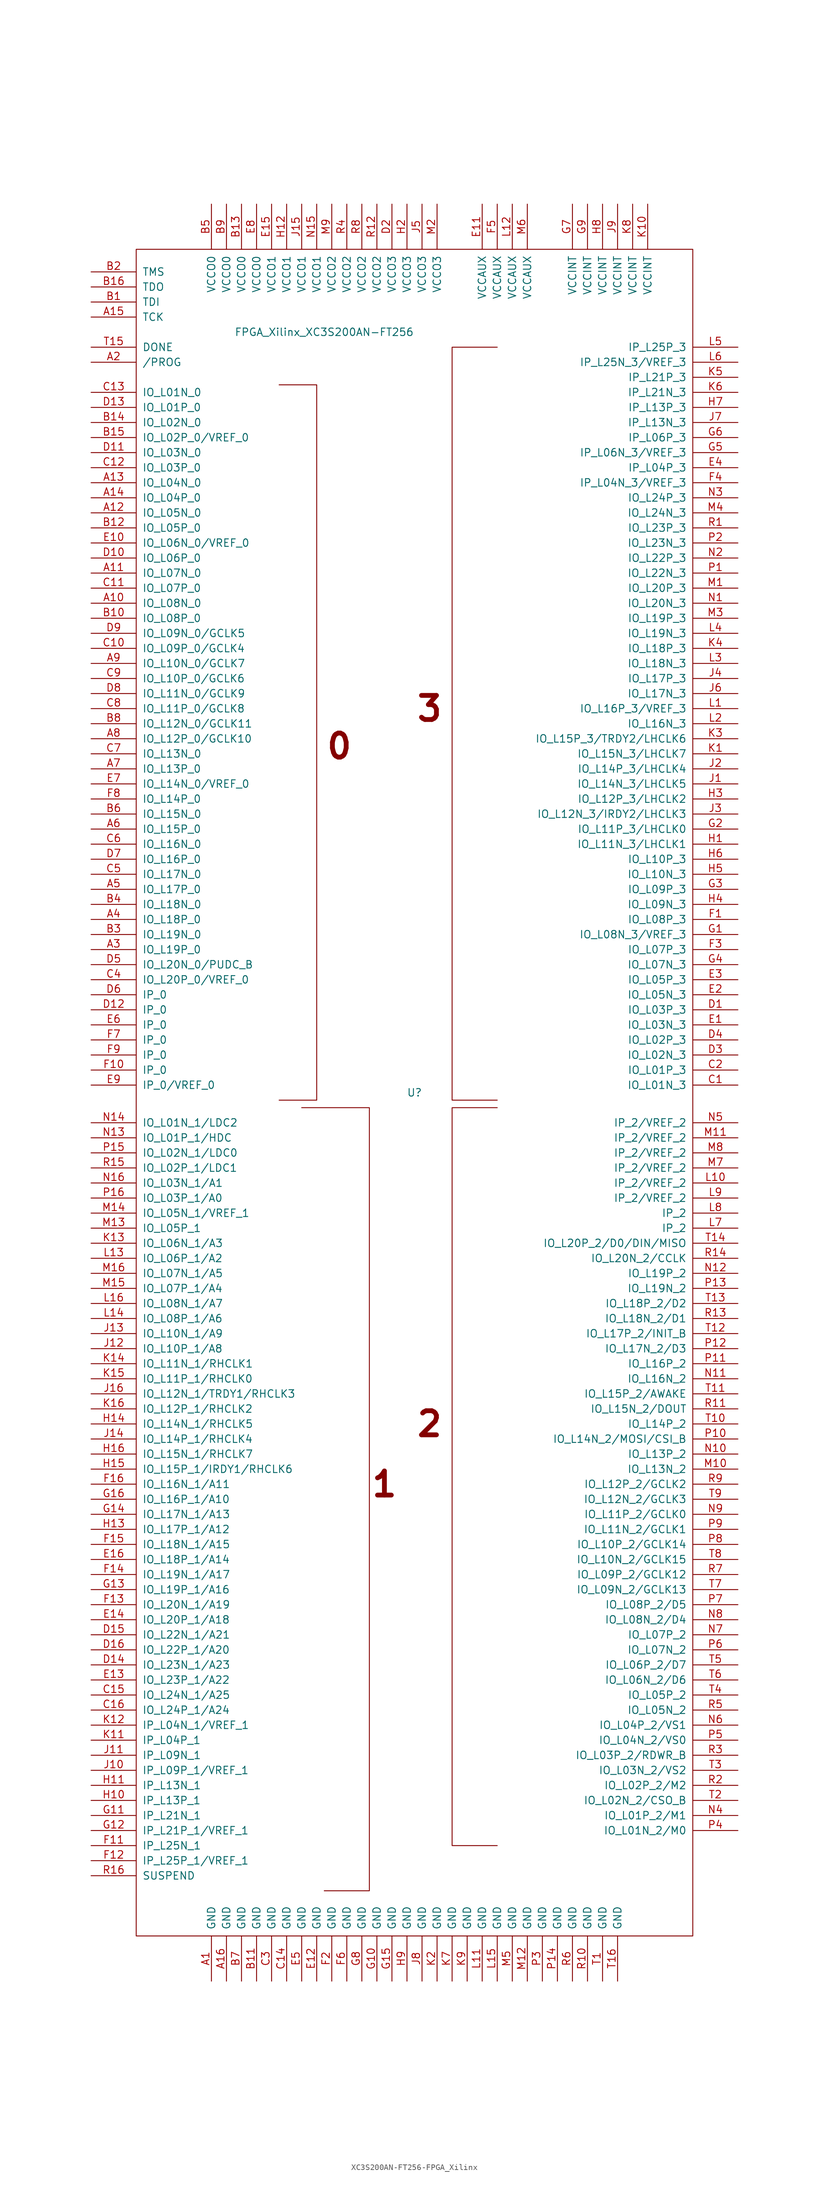
<source format=kicad_sym>
(kicad_symbol_lib
  (version 20220914)
  (generator kicad_symbol_editor)
  (symbol "XC3S200AN-FT256-FPGA_Xilinx"
    (pin_names
      (offset 1.016))
    (property "Reference" "U"
      (at 0 0 0)
      (effects (font (size 1.27 1.27))))
    (property "Value" "FPGA_Xilinx_XC3S200AN-FT256"
      (at -15.24 128.27 0)
      (effects (font (size 1.27 1.27))))
    (symbol "XC3S200AN-FT256-FPGA_Xilinx_0_0"
      (text "0" (at -12.7 58.42 0) (effects (font (size 4.064 4.064) bold)))
      (text "1" (at -5.08 -66.04 0) (effects (font (size 4.064 4.064) bold)))
      (text "2" (at 2.54 -55.88 0) (effects (font (size 4.064 4.064) bold)))
      (text "3" (at 2.54 64.77 0) (effects (font (size 4.064 4.064) bold))))
    (symbol "XC3S200AN-FT256-FPGA_Xilinx_0_1"
      (rectangle (start -46.99 142.24) (end 46.99 -142.24) (stroke (width 0) (type solid)) (fill (type none)))
      (polyline (pts (xy -22.86 119.38) (xy -16.51 119.38) (xy -16.51 -1.27) (xy -22.86 -1.27) (xy -22.86 -1.27)) (stroke (width 0) (type solid)) (fill (type none)))
      (polyline (pts (xy -19.05 -2.54) (xy -7.62 -2.54) (xy -7.62 -134.62) (xy -15.24 -134.62) (xy -15.24 -134.62)) (stroke (width 0) (type solid)) (fill (type none)))
      (polyline (pts (xy 13.97 -2.54) (xy 6.35 -2.54) (xy 6.35 -127) (xy 13.97 -127) (xy 13.97 -127)) (stroke (width 0) (type solid)) (fill (type none)))
      (polyline (pts (xy 13.97 125.73) (xy 6.35 125.73) (xy 6.35 -1.27) (xy 13.97 -1.27) (xy 13.97 -1.27)) (stroke (width 0) (type solid)) (fill (type none))))
    (symbol "XC3S200AN-FT256-FPGA_Xilinx_1_1"
      (pin power_in line (at -34.29 -149.86 90) (length 7.62) (name "GND" (effects (font (size 1.27 1.27)))) (number "A1" (effects (font (size 1.27 1.27)))))
      (pin bidirectional line (at -54.61 82.55 0) (length 7.62) (name "IO_L08N_0" (effects (font (size 1.27 1.27)))) (number "A10" (effects (font (size 1.27 1.27)))))
      (pin bidirectional line (at -54.61 87.63 0) (length 7.62) (name "IO_L07N_0" (effects (font (size 1.27 1.27)))) (number "A11" (effects (font (size 1.27 1.27)))))
      (pin bidirectional line (at -54.61 97.79 0) (length 7.62) (name "IO_L05N_0" (effects (font (size 1.27 1.27)))) (number "A12" (effects (font (size 1.27 1.27)))))
      (pin bidirectional line (at -54.61 102.87 0) (length 7.62) (name "IO_L04N_0" (effects (font (size 1.27 1.27)))) (number "A13" (effects (font (size 1.27 1.27)))))
      (pin bidirectional line (at -54.61 100.33 0) (length 7.62) (name "IO_L04P_0" (effects (font (size 1.27 1.27)))) (number "A14" (effects (font (size 1.27 1.27)))))
      (pin input line (at -54.61 130.81 0) (length 7.62) (name "TCK" (effects (font (size 1.27 1.27)))) (number "A15" (effects (font (size 1.27 1.27)))))
      (pin power_in line (at -31.75 -149.86 90) (length 7.62) (name "GND" (effects (font (size 1.27 1.27)))) (number "A16" (effects (font (size 1.27 1.27)))))
      (pin bidirectional line (at -54.61 123.19 0) (length 7.62) (name "/PROG" (effects (font (size 1.27 1.27)))) (number "A2" (effects (font (size 1.27 1.27)))))
      (pin bidirectional line (at -54.61 24.13 0) (length 7.62) (name "IO_L19P_0" (effects (font (size 1.27 1.27)))) (number "A3" (effects (font (size 1.27 1.27)))))
      (pin bidirectional line (at -54.61 29.21 0) (length 7.62) (name "IO_L18P_0" (effects (font (size 1.27 1.27)))) (number "A4" (effects (font (size 1.27 1.27)))))
      (pin bidirectional line (at -54.61 34.29 0) (length 7.62) (name "IO_L17P_0" (effects (font (size 1.27 1.27)))) (number "A5" (effects (font (size 1.27 1.27)))))
      (pin bidirectional line (at -54.61 44.45 0) (length 7.62) (name "IO_L15P_0" (effects (font (size 1.27 1.27)))) (number "A6" (effects (font (size 1.27 1.27)))))
      (pin bidirectional line (at -54.61 54.61 0) (length 7.62) (name "IO_L13P_0" (effects (font (size 1.27 1.27)))) (number "A7" (effects (font (size 1.27 1.27)))))
      (pin bidirectional line (at -54.61 59.69 0) (length 7.62) (name "IO_L12P_0/GCLK10" (effects (font (size 1.27 1.27)))) (number "A8" (effects (font (size 1.27 1.27)))))
      (pin bidirectional line (at -54.61 72.39 0) (length 7.62) (name "IO_L10N_0/GCLK7" (effects (font (size 1.27 1.27)))) (number "A9" (effects (font (size 1.27 1.27)))))
      (pin input line (at -54.61 133.35 0) (length 7.62) (name "TDI" (effects (font (size 1.27 1.27)))) (number "B1" (effects (font (size 1.27 1.27)))))
      (pin bidirectional line (at -54.61 80.01 0) (length 7.62) (name "IO_L08P_0" (effects (font (size 1.27 1.27)))) (number "B10" (effects (font (size 1.27 1.27)))))
      (pin power_in line (at -26.67 -149.86 90) (length 7.62) (name "GND" (effects (font (size 1.27 1.27)))) (number "B11" (effects (font (size 1.27 1.27)))))
      (pin bidirectional line (at -54.61 95.25 0) (length 7.62) (name "IO_L05P_0" (effects (font (size 1.27 1.27)))) (number "B12" (effects (font (size 1.27 1.27)))))
      (pin power_in line (at -29.21 149.86 270) (length 7.62) (name "VCCO0" (effects (font (size 1.27 1.27)))) (number "B13" (effects (font (size 1.27 1.27)))))
      (pin bidirectional line (at -54.61 113.03 0) (length 7.62) (name "IO_L02N_0" (effects (font (size 1.27 1.27)))) (number "B14" (effects (font (size 1.27 1.27)))))
      (pin bidirectional line (at -54.61 110.49 0) (length 7.62) (name "IO_L02P_0/VREF_0" (effects (font (size 1.27 1.27)))) (number "B15" (effects (font (size 1.27 1.27)))))
      (pin output line (at -54.61 135.89 0) (length 7.62) (name "TDO" (effects (font (size 1.27 1.27)))) (number "B16" (effects (font (size 1.27 1.27)))))
      (pin input line (at -54.61 138.43 0) (length 7.62) (name "TMS" (effects (font (size 1.27 1.27)))) (number "B2" (effects (font (size 1.27 1.27)))))
      (pin bidirectional line (at -54.61 26.67 0) (length 7.62) (name "IO_L19N_0" (effects (font (size 1.27 1.27)))) (number "B3" (effects (font (size 1.27 1.27)))))
      (pin bidirectional line (at -54.61 31.75 0) (length 7.62) (name "IO_L18N_0" (effects (font (size 1.27 1.27)))) (number "B4" (effects (font (size 1.27 1.27)))))
      (pin power_in line (at -34.29 149.86 270) (length 7.62) (name "VCCO0" (effects (font (size 1.27 1.27)))) (number "B5" (effects (font (size 1.27 1.27)))))
      (pin bidirectional line (at -54.61 46.99 0) (length 7.62) (name "IO_L15N_0" (effects (font (size 1.27 1.27)))) (number "B6" (effects (font (size 1.27 1.27)))))
      (pin power_in line (at -29.21 -149.86 90) (length 7.62) (name "GND" (effects (font (size 1.27 1.27)))) (number "B7" (effects (font (size 1.27 1.27)))))
      (pin bidirectional line (at -54.61 62.23 0) (length 7.62) (name "IO_L12N_0/GCLK11" (effects (font (size 1.27 1.27)))) (number "B8" (effects (font (size 1.27 1.27)))))
      (pin power_in line (at -31.75 149.86 270) (length 7.62) (name "VCCO0" (effects (font (size 1.27 1.27)))) (number "B9" (effects (font (size 1.27 1.27)))))
      (pin bidirectional line (at 54.61 1.27 180) (length 7.62) (name "IO_L01N_3" (effects (font (size 1.27 1.27)))) (number "C1" (effects (font (size 1.27 1.27)))))
      (pin bidirectional line (at -54.61 74.93 0) (length 7.62) (name "IO_L09P_0/GCLK4" (effects (font (size 1.27 1.27)))) (number "C10" (effects (font (size 1.27 1.27)))))
      (pin bidirectional line (at -54.61 85.09 0) (length 7.62) (name "IO_L07P_0" (effects (font (size 1.27 1.27)))) (number "C11" (effects (font (size 1.27 1.27)))))
      (pin bidirectional line (at -54.61 105.41 0) (length 7.62) (name "IO_L03P_0" (effects (font (size 1.27 1.27)))) (number "C12" (effects (font (size 1.27 1.27)))))
      (pin bidirectional line (at -54.61 118.11 0) (length 7.62) (name "IO_L01N_0" (effects (font (size 1.27 1.27)))) (number "C13" (effects (font (size 1.27 1.27)))))
      (pin power_in line (at -21.59 -149.86 90) (length 7.62) (name "GND" (effects (font (size 1.27 1.27)))) (number "C14" (effects (font (size 1.27 1.27)))))
      (pin bidirectional line (at -54.61 -101.6 0) (length 7.62) (name "IO_L24N_1/A25" (effects (font (size 1.27 1.27)))) (number "C15" (effects (font (size 1.27 1.27)))))
      (pin bidirectional line (at -54.61 -104.14 0) (length 7.62) (name "IO_L24P_1/A24" (effects (font (size 1.27 1.27)))) (number "C16" (effects (font (size 1.27 1.27)))))
      (pin bidirectional line (at 54.61 3.81 180) (length 7.62) (name "IO_L01P_3" (effects (font (size 1.27 1.27)))) (number "C2" (effects (font (size 1.27 1.27)))))
      (pin power_in line (at -24.13 -149.86 90) (length 7.62) (name "GND" (effects (font (size 1.27 1.27)))) (number "C3" (effects (font (size 1.27 1.27)))))
      (pin bidirectional line (at -54.61 19.05 0) (length 7.62) (name "IO_L20P_0/VREF_0" (effects (font (size 1.27 1.27)))) (number "C4" (effects (font (size 1.27 1.27)))))
      (pin bidirectional line (at -54.61 36.83 0) (length 7.62) (name "IO_L17N_0" (effects (font (size 1.27 1.27)))) (number "C5" (effects (font (size 1.27 1.27)))))
      (pin bidirectional line (at -54.61 41.91 0) (length 7.62) (name "IO_L16N_0" (effects (font (size 1.27 1.27)))) (number "C6" (effects (font (size 1.27 1.27)))))
      (pin bidirectional line (at -54.61 57.15 0) (length 7.62) (name "IO_L13N_0" (effects (font (size 1.27 1.27)))) (number "C7" (effects (font (size 1.27 1.27)))))
      (pin bidirectional line (at -54.61 64.77 0) (length 7.62) (name "IO_L11P_0/GCLK8" (effects (font (size 1.27 1.27)))) (number "C8" (effects (font (size 1.27 1.27)))))
      (pin bidirectional line (at -54.61 69.85 0) (length 7.62) (name "IO_L10P_0/GCLK6" (effects (font (size 1.27 1.27)))) (number "C9" (effects (font (size 1.27 1.27)))))
      (pin bidirectional line (at 54.61 13.97 180) (length 7.62) (name "IO_L03P_3" (effects (font (size 1.27 1.27)))) (number "D1" (effects (font (size 1.27 1.27)))))
      (pin bidirectional line (at -54.61 90.17 0) (length 7.62) (name "IO_L06P_0" (effects (font (size 1.27 1.27)))) (number "D10" (effects (font (size 1.27 1.27)))))
      (pin bidirectional line (at -54.61 107.95 0) (length 7.62) (name "IO_L03N_0" (effects (font (size 1.27 1.27)))) (number "D11" (effects (font (size 1.27 1.27)))))
      (pin input line (at -54.61 13.97 0) (length 7.62) (name "IP_0" (effects (font (size 1.27 1.27)))) (number "D12" (effects (font (size 1.27 1.27)))))
      (pin bidirectional line (at -54.61 115.57 0) (length 7.62) (name "IO_L01P_0" (effects (font (size 1.27 1.27)))) (number "D13" (effects (font (size 1.27 1.27)))))
      (pin bidirectional line (at -54.61 -96.52 0) (length 7.62) (name "IO_L23N_1/A23" (effects (font (size 1.27 1.27)))) (number "D14" (effects (font (size 1.27 1.27)))))
      (pin bidirectional line (at -54.61 -91.44 0) (length 7.62) (name "IO_L22N_1/A21" (effects (font (size 1.27 1.27)))) (number "D15" (effects (font (size 1.27 1.27)))))
      (pin bidirectional line (at -54.61 -93.98 0) (length 7.62) (name "IO_L22P_1/A20" (effects (font (size 1.27 1.27)))) (number "D16" (effects (font (size 1.27 1.27)))))
      (pin passive line (at -3.81 149.86 270) (length 7.62) (name "VCCO3" (effects (font (size 1.27 1.27)))) (number "D2" (effects (font (size 1.27 1.27)))))
      (pin bidirectional line (at 54.61 6.35 180) (length 7.62) (name "IO_L02N_3" (effects (font (size 1.27 1.27)))) (number "D3" (effects (font (size 1.27 1.27)))))
      (pin bidirectional line (at 54.61 8.89 180) (length 7.62) (name "IO_L02P_3" (effects (font (size 1.27 1.27)))) (number "D4" (effects (font (size 1.27 1.27)))))
      (pin bidirectional line (at -54.61 21.59 0) (length 7.62) (name "IO_L20N_0/PUDC_B" (effects (font (size 1.27 1.27)))) (number "D5" (effects (font (size 1.27 1.27)))))
      (pin input line (at -54.61 16.51 0) (length 7.62) (name "IP_0" (effects (font (size 1.27 1.27)))) (number "D6" (effects (font (size 1.27 1.27)))))
      (pin bidirectional line (at -54.61 39.37 0) (length 7.62) (name "IO_L16P_0" (effects (font (size 1.27 1.27)))) (number "D7" (effects (font (size 1.27 1.27)))))
      (pin bidirectional line (at -54.61 67.31 0) (length 7.62) (name "IO_L11N_0/GCLK9" (effects (font (size 1.27 1.27)))) (number "D8" (effects (font (size 1.27 1.27)))))
      (pin bidirectional line (at -54.61 77.47 0) (length 7.62) (name "IO_L09N_0/GCLK5" (effects (font (size 1.27 1.27)))) (number "D9" (effects (font (size 1.27 1.27)))))
      (pin bidirectional line (at 54.61 11.43 180) (length 7.62) (name "IO_L03N_3" (effects (font (size 1.27 1.27)))) (number "E1" (effects (font (size 1.27 1.27)))))
      (pin bidirectional line (at -54.61 92.71 0) (length 7.62) (name "IO_L06N_0/VREF_0" (effects (font (size 1.27 1.27)))) (number "E10" (effects (font (size 1.27 1.27)))))
      (pin power_in line (at 11.43 149.86 270) (length 7.62) (name "VCCAUX" (effects (font (size 1.27 1.27)))) (number "E11" (effects (font (size 1.27 1.27)))))
      (pin power_in line (at -16.51 -149.86 90) (length 7.62) (name "GND" (effects (font (size 1.27 1.27)))) (number "E12" (effects (font (size 1.27 1.27)))))
      (pin bidirectional line (at -54.61 -99.06 0) (length 7.62) (name "IO_L23P_1/A22" (effects (font (size 1.27 1.27)))) (number "E13" (effects (font (size 1.27 1.27)))))
      (pin bidirectional line (at -54.61 -88.9 0) (length 7.62) (name "IO_L20P_1/A18" (effects (font (size 1.27 1.27)))) (number "E14" (effects (font (size 1.27 1.27)))))
      (pin power_in line (at -24.13 149.86 270) (length 7.62) (name "VCCO1" (effects (font (size 1.27 1.27)))) (number "E15" (effects (font (size 1.27 1.27)))))
      (pin bidirectional line (at -54.61 -78.74 0) (length 7.62) (name "IO_L18P_1/A14" (effects (font (size 1.27 1.27)))) (number "E16" (effects (font (size 1.27 1.27)))))
      (pin bidirectional line (at 54.61 16.51 180) (length 7.62) (name "IO_L05N_3" (effects (font (size 1.27 1.27)))) (number "E2" (effects (font (size 1.27 1.27)))))
      (pin bidirectional line (at 54.61 19.05 180) (length 7.62) (name "IO_L05P_3" (effects (font (size 1.27 1.27)))) (number "E3" (effects (font (size 1.27 1.27)))))
      (pin input line (at 54.61 105.41 180) (length 7.62) (name "IP_L04P_3" (effects (font (size 1.27 1.27)))) (number "E4" (effects (font (size 1.27 1.27)))))
      (pin power_in line (at -19.05 -149.86 90) (length 7.62) (name "GND" (effects (font (size 1.27 1.27)))) (number "E5" (effects (font (size 1.27 1.27)))))
      (pin input line (at -54.61 11.43 0) (length 7.62) (name "IP_0" (effects (font (size 1.27 1.27)))) (number "E6" (effects (font (size 1.27 1.27)))))
      (pin bidirectional line (at -54.61 52.07 0) (length 7.62) (name "IO_L14N_0/VREF_0" (effects (font (size 1.27 1.27)))) (number "E7" (effects (font (size 1.27 1.27)))))
      (pin power_in line (at -26.67 149.86 270) (length 7.62) (name "VCCO0" (effects (font (size 1.27 1.27)))) (number "E8" (effects (font (size 1.27 1.27)))))
      (pin input line (at -54.61 1.27 0) (length 7.62) (name "IP_0/VREF_0" (effects (font (size 1.27 1.27)))) (number "E9" (effects (font (size 1.27 1.27)))))
      (pin bidirectional line (at 54.61 29.21 180) (length 7.62) (name "IO_L08P_3" (effects (font (size 1.27 1.27)))) (number "F1" (effects (font (size 1.27 1.27)))))
      (pin input line (at -54.61 3.81 0) (length 7.62) (name "IP_0" (effects (font (size 1.27 1.27)))) (number "F10" (effects (font (size 1.27 1.27)))))
      (pin input line (at -54.61 -127 0) (length 7.62) (name "IP_L25N_1" (effects (font (size 1.27 1.27)))) (number "F11" (effects (font (size 1.27 1.27)))))
      (pin input line (at -54.61 -129.54 0) (length 7.62) (name "IP_L25P_1/VREF_1" (effects (font (size 1.27 1.27)))) (number "F12" (effects (font (size 1.27 1.27)))))
      (pin bidirectional line (at -54.61 -86.36 0) (length 7.62) (name "IO_L20N_1/A19" (effects (font (size 1.27 1.27)))) (number "F13" (effects (font (size 1.27 1.27)))))
      (pin bidirectional line (at -54.61 -81.28 0) (length 7.62) (name "IO_L19N_1/A17" (effects (font (size 1.27 1.27)))) (number "F14" (effects (font (size 1.27 1.27)))))
      (pin bidirectional line (at -54.61 -76.2 0) (length 7.62) (name "IO_L18N_1/A15" (effects (font (size 1.27 1.27)))) (number "F15" (effects (font (size 1.27 1.27)))))
      (pin bidirectional line (at -54.61 -66.04 0) (length 7.62) (name "IO_L16N_1/A11" (effects (font (size 1.27 1.27)))) (number "F16" (effects (font (size 1.27 1.27)))))
      (pin power_in line (at -13.97 -149.86 90) (length 7.62) (name "GND" (effects (font (size 1.27 1.27)))) (number "F2" (effects (font (size 1.27 1.27)))))
      (pin bidirectional line (at 54.61 24.13 180) (length 7.62) (name "IO_L07P_3" (effects (font (size 1.27 1.27)))) (number "F3" (effects (font (size 1.27 1.27)))))
      (pin input line (at 54.61 102.87 180) (length 7.62) (name "IP_L04N_3/VREF_3" (effects (font (size 1.27 1.27)))) (number "F4" (effects (font (size 1.27 1.27)))))
      (pin power_in line (at 13.97 149.86 270) (length 7.62) (name "VCCAUX" (effects (font (size 1.27 1.27)))) (number "F5" (effects (font (size 1.27 1.27)))))
      (pin power_in line (at -11.43 -149.86 90) (length 7.62) (name "GND" (effects (font (size 1.27 1.27)))) (number "F6" (effects (font (size 1.27 1.27)))))
      (pin input line (at -54.61 8.89 0) (length 7.62) (name "IP_0" (effects (font (size 1.27 1.27)))) (number "F7" (effects (font (size 1.27 1.27)))))
      (pin bidirectional line (at -54.61 49.53 0) (length 7.62) (name "IO_L14P_0" (effects (font (size 1.27 1.27)))) (number "F8" (effects (font (size 1.27 1.27)))))
      (pin input line (at -54.61 6.35 0) (length 7.62) (name "IP_0" (effects (font (size 1.27 1.27)))) (number "F9" (effects (font (size 1.27 1.27)))))
      (pin bidirectional line (at 54.61 26.67 180) (length 7.62) (name "IO_L08N_3/VREF_3" (effects (font (size 1.27 1.27)))) (number "G1" (effects (font (size 1.27 1.27)))))
      (pin power_in line (at -6.35 -149.86 90) (length 7.62) (name "GND" (effects (font (size 1.27 1.27)))) (number "G10" (effects (font (size 1.27 1.27)))))
      (pin input line (at -54.61 -121.92 0) (length 7.62) (name "IP_L21N_1" (effects (font (size 1.27 1.27)))) (number "G11" (effects (font (size 1.27 1.27)))))
      (pin input line (at -54.61 -124.46 0) (length 7.62) (name "IP_L21P_1/VREF_1" (effects (font (size 1.27 1.27)))) (number "G12" (effects (font (size 1.27 1.27)))))
      (pin bidirectional line (at -54.61 -83.82 0) (length 7.62) (name "IO_L19P_1/A16" (effects (font (size 1.27 1.27)))) (number "G13" (effects (font (size 1.27 1.27)))))
      (pin bidirectional line (at -54.61 -71.12 0) (length 7.62) (name "IO_L17N_1/A13" (effects (font (size 1.27 1.27)))) (number "G14" (effects (font (size 1.27 1.27)))))
      (pin power_in line (at -3.81 -149.86 90) (length 7.62) (name "GND" (effects (font (size 1.27 1.27)))) (number "G15" (effects (font (size 1.27 1.27)))))
      (pin bidirectional line (at -54.61 -68.58 0) (length 7.62) (name "IO_L16P_1/A10" (effects (font (size 1.27 1.27)))) (number "G16" (effects (font (size 1.27 1.27)))))
      (pin bidirectional line (at 54.61 44.45 180) (length 7.62) (name "IO_L11P_3/LHCLK0" (effects (font (size 1.27 1.27)))) (number "G2" (effects (font (size 1.27 1.27)))))
      (pin bidirectional line (at 54.61 34.29 180) (length 7.62) (name "IO_L09P_3" (effects (font (size 1.27 1.27)))) (number "G3" (effects (font (size 1.27 1.27)))))
      (pin bidirectional line (at 54.61 21.59 180) (length 7.62) (name "IO_L07N_3" (effects (font (size 1.27 1.27)))) (number "G4" (effects (font (size 1.27 1.27)))))
      (pin input line (at 54.61 107.95 180) (length 7.62) (name "IP_L06N_3/VREF_3" (effects (font (size 1.27 1.27)))) (number "G5" (effects (font (size 1.27 1.27)))))
      (pin input line (at 54.61 110.49 180) (length 7.62) (name "IP_L06P_3" (effects (font (size 1.27 1.27)))) (number "G6" (effects (font (size 1.27 1.27)))))
      (pin power_in line (at 26.67 149.86 270) (length 7.62) (name "VCCINT" (effects (font (size 1.27 1.27)))) (number "G7" (effects (font (size 1.27 1.27)))))
      (pin power_in line (at -8.89 -149.86 90) (length 7.62) (name "GND" (effects (font (size 1.27 1.27)))) (number "G8" (effects (font (size 1.27 1.27)))))
      (pin power_in line (at 29.21 149.86 270) (length 7.62) (name "VCCINT" (effects (font (size 1.27 1.27)))) (number "G9" (effects (font (size 1.27 1.27)))))
      (pin bidirectional line (at 54.61 41.91 180) (length 7.62) (name "IO_L11N_3/LHCLK1" (effects (font (size 1.27 1.27)))) (number "H1" (effects (font (size 1.27 1.27)))))
      (pin input line (at -54.61 -119.38 0) (length 7.62) (name "IP_L13P_1" (effects (font (size 1.27 1.27)))) (number "H10" (effects (font (size 1.27 1.27)))))
      (pin input line (at -54.61 -116.84 0) (length 7.62) (name "IP_L13N_1" (effects (font (size 1.27 1.27)))) (number "H11" (effects (font (size 1.27 1.27)))))
      (pin power_in line (at -21.59 149.86 270) (length 7.62) (name "VCCO1" (effects (font (size 1.27 1.27)))) (number "H12" (effects (font (size 1.27 1.27)))))
      (pin bidirectional line (at -54.61 -73.66 0) (length 7.62) (name "IO_L17P_1/A12" (effects (font (size 1.27 1.27)))) (number "H13" (effects (font (size 1.27 1.27)))))
      (pin bidirectional line (at -54.61 -55.88 0) (length 7.62) (name "IO_L14N_1/RHCLK5" (effects (font (size 1.27 1.27)))) (number "H14" (effects (font (size 1.27 1.27)))))
      (pin bidirectional line (at -54.61 -63.5 0) (length 7.62) (name "IO_L15P_1/IRDY1/RHCLK6" (effects (font (size 1.27 1.27)))) (number "H15" (effects (font (size 1.27 1.27)))))
      (pin bidirectional line (at -54.61 -60.96 0) (length 7.62) (name "IO_L15N_1/RHCLK7" (effects (font (size 1.27 1.27)))) (number "H16" (effects (font (size 1.27 1.27)))))
      (pin power_in line (at -1.27 149.86 270) (length 7.62) (name "VCCO3" (effects (font (size 1.27 1.27)))) (number "H2" (effects (font (size 1.27 1.27)))))
      (pin bidirectional line (at 54.61 49.53 180) (length 7.62) (name "IO_L12P_3/LHCLK2" (effects (font (size 1.27 1.27)))) (number "H3" (effects (font (size 1.27 1.27)))))
      (pin bidirectional line (at 54.61 31.75 180) (length 7.62) (name "IO_L09N_3" (effects (font (size 1.27 1.27)))) (number "H4" (effects (font (size 1.27 1.27)))))
      (pin bidirectional line (at 54.61 36.83 180) (length 7.62) (name "IO_L10N_3" (effects (font (size 1.27 1.27)))) (number "H5" (effects (font (size 1.27 1.27)))))
      (pin bidirectional line (at 54.61 39.37 180) (length 7.62) (name "IO_L10P_3" (effects (font (size 1.27 1.27)))) (number "H6" (effects (font (size 1.27 1.27)))))
      (pin input line (at 54.61 115.57 180) (length 7.62) (name "IP_L13P_3" (effects (font (size 1.27 1.27)))) (number "H7" (effects (font (size 1.27 1.27)))))
      (pin power_in line (at 31.75 149.86 270) (length 7.62) (name "VCCINT" (effects (font (size 1.27 1.27)))) (number "H8" (effects (font (size 1.27 1.27)))))
      (pin power_in line (at -1.27 -149.86 90) (length 7.62) (name "GND" (effects (font (size 1.27 1.27)))) (number "H9" (effects (font (size 1.27 1.27)))))
      (pin bidirectional line (at 54.61 52.07 180) (length 7.62) (name "IO_L14N_3/LHCLK5" (effects (font (size 1.27 1.27)))) (number "J1" (effects (font (size 1.27 1.27)))))
      (pin input line (at -54.61 -114.3 0) (length 7.62) (name "IP_L09P_1/VREF_1" (effects (font (size 1.27 1.27)))) (number "J10" (effects (font (size 1.27 1.27)))))
      (pin input line (at -54.61 -111.76 0) (length 7.62) (name "IP_L09N_1" (effects (font (size 1.27 1.27)))) (number "J11" (effects (font (size 1.27 1.27)))))
      (pin bidirectional line (at -54.61 -43.18 0) (length 7.62) (name "IO_L10P_1/A8" (effects (font (size 1.27 1.27)))) (number "J12" (effects (font (size 1.27 1.27)))))
      (pin bidirectional line (at -54.61 -40.64 0) (length 7.62) (name "IO_L10N_1/A9" (effects (font (size 1.27 1.27)))) (number "J13" (effects (font (size 1.27 1.27)))))
      (pin bidirectional line (at -54.61 -58.42 0) (length 7.62) (name "IO_L14P_1/RHCLK4" (effects (font (size 1.27 1.27)))) (number "J14" (effects (font (size 1.27 1.27)))))
      (pin power_in line (at -19.05 149.86 270) (length 7.62) (name "VCCO1" (effects (font (size 1.27 1.27)))) (number "J15" (effects (font (size 1.27 1.27)))))
      (pin bidirectional line (at -54.61 -50.8 0) (length 7.62) (name "IO_L12N_1/TRDY1/RHCLK3" (effects (font (size 1.27 1.27)))) (number "J16" (effects (font (size 1.27 1.27)))))
      (pin bidirectional line (at 54.61 54.61 180) (length 7.62) (name "IO_L14P_3/LHCLK4" (effects (font (size 1.27 1.27)))) (number "J2" (effects (font (size 1.27 1.27)))))
      (pin bidirectional line (at 54.61 46.99 180) (length 7.62) (name "IO_L12N_3/IRDY2/LHCLK3" (effects (font (size 1.27 1.27)))) (number "J3" (effects (font (size 1.27 1.27)))))
      (pin bidirectional line (at 54.61 69.85 180) (length 7.62) (name "IO_L17P_3" (effects (font (size 1.27 1.27)))) (number "J4" (effects (font (size 1.27 1.27)))))
      (pin power_in line (at 1.27 149.86 270) (length 7.62) (name "VCCO3" (effects (font (size 1.27 1.27)))) (number "J5" (effects (font (size 1.27 1.27)))))
      (pin bidirectional line (at 54.61 67.31 180) (length 7.62) (name "IO_L17N_3" (effects (font (size 1.27 1.27)))) (number "J6" (effects (font (size 1.27 1.27)))))
      (pin input line (at 54.61 113.03 180) (length 7.62) (name "IP_L13N_3" (effects (font (size 1.27 1.27)))) (number "J7" (effects (font (size 1.27 1.27)))))
      (pin power_in line (at 1.27 -149.86 90) (length 7.62) (name "GND" (effects (font (size 1.27 1.27)))) (number "J8" (effects (font (size 1.27 1.27)))))
      (pin power_in line (at 34.29 149.86 270) (length 7.62) (name "VCCINT" (effects (font (size 1.27 1.27)))) (number "J9" (effects (font (size 1.27 1.27)))))
      (pin bidirectional line (at 54.61 57.15 180) (length 7.62) (name "IO_L15N_3/LHCLK7" (effects (font (size 1.27 1.27)))) (number "K1" (effects (font (size 1.27 1.27)))))
      (pin power_in line (at 39.37 149.86 270) (length 7.62) (name "VCCINT" (effects (font (size 1.27 1.27)))) (number "K10" (effects (font (size 1.27 1.27)))))
      (pin input line (at -54.61 -109.22 0) (length 7.62) (name "IP_L04P_1" (effects (font (size 1.27 1.27)))) (number "K11" (effects (font (size 1.27 1.27)))))
      (pin input line (at -54.61 -106.68 0) (length 7.62) (name "IP_L04N_1/VREF_1" (effects (font (size 1.27 1.27)))) (number "K12" (effects (font (size 1.27 1.27)))))
      (pin bidirectional line (at -54.61 -25.4 0) (length 7.62) (name "IO_L06N_1/A3" (effects (font (size 1.27 1.27)))) (number "K13" (effects (font (size 1.27 1.27)))))
      (pin bidirectional line (at -54.61 -45.72 0) (length 7.62) (name "IO_L11N_1/RHCLK1" (effects (font (size 1.27 1.27)))) (number "K14" (effects (font (size 1.27 1.27)))))
      (pin bidirectional line (at -54.61 -48.26 0) (length 7.62) (name "IO_L11P_1/RHCLK0" (effects (font (size 1.27 1.27)))) (number "K15" (effects (font (size 1.27 1.27)))))
      (pin bidirectional line (at -54.61 -53.34 0) (length 7.62) (name "IO_L12P_1/RHCLK2" (effects (font (size 1.27 1.27)))) (number "K16" (effects (font (size 1.27 1.27)))))
      (pin power_in line (at 3.81 -149.86 90) (length 7.62) (name "GND" (effects (font (size 1.27 1.27)))) (number "K2" (effects (font (size 1.27 1.27)))))
      (pin bidirectional line (at 54.61 59.69 180) (length 7.62) (name "IO_L15P_3/TRDY2/LHCLK6" (effects (font (size 1.27 1.27)))) (number "K3" (effects (font (size 1.27 1.27)))))
      (pin bidirectional line (at 54.61 74.93 180) (length 7.62) (name "IO_L18P_3" (effects (font (size 1.27 1.27)))) (number "K4" (effects (font (size 1.27 1.27)))))
      (pin input line (at 54.61 120.65 180) (length 7.62) (name "IP_L21P_3" (effects (font (size 1.27 1.27)))) (number "K5" (effects (font (size 1.27 1.27)))))
      (pin input line (at 54.61 118.11 180) (length 7.62) (name "IP_L21N_3" (effects (font (size 1.27 1.27)))) (number "K6" (effects (font (size 1.27 1.27)))))
      (pin power_in line (at 6.35 -149.86 90) (length 7.62) (name "GND" (effects (font (size 1.27 1.27)))) (number "K7" (effects (font (size 1.27 1.27)))))
      (pin power_in line (at 36.83 149.86 270) (length 7.62) (name "VCCINT" (effects (font (size 1.27 1.27)))) (number "K8" (effects (font (size 1.27 1.27)))))
      (pin power_in line (at 8.89 -149.86 90) (length 7.62) (name "GND" (effects (font (size 1.27 1.27)))) (number "K9" (effects (font (size 1.27 1.27)))))
      (pin bidirectional line (at 54.61 64.77 180) (length 7.62) (name "IO_L16P_3/VREF_3" (effects (font (size 1.27 1.27)))) (number "L1" (effects (font (size 1.27 1.27)))))
      (pin input line (at 54.61 -15.24 180) (length 7.62) (name "IP_2/VREF_2" (effects (font (size 1.27 1.27)))) (number "L10" (effects (font (size 1.27 1.27)))))
      (pin power_in line (at 11.43 -149.86 90) (length 7.62) (name "GND" (effects (font (size 1.27 1.27)))) (number "L11" (effects (font (size 1.27 1.27)))))
      (pin power_in line (at 16.51 149.86 270) (length 7.62) (name "VCCAUX" (effects (font (size 1.27 1.27)))) (number "L12" (effects (font (size 1.27 1.27)))))
      (pin bidirectional line (at -54.61 -27.94 0) (length 7.62) (name "IO_L06P_1/A2" (effects (font (size 1.27 1.27)))) (number "L13" (effects (font (size 1.27 1.27)))))
      (pin bidirectional line (at -54.61 -38.1 0) (length 7.62) (name "IO_L08P_1/A6" (effects (font (size 1.27 1.27)))) (number "L14" (effects (font (size 1.27 1.27)))))
      (pin power_in line (at 13.97 -149.86 90) (length 7.62) (name "GND" (effects (font (size 1.27 1.27)))) (number "L15" (effects (font (size 1.27 1.27)))))
      (pin bidirectional line (at -54.61 -35.56 0) (length 7.62) (name "IO_L08N_1/A7" (effects (font (size 1.27 1.27)))) (number "L16" (effects (font (size 1.27 1.27)))))
      (pin bidirectional line (at 54.61 62.23 180) (length 7.62) (name "IO_L16N_3" (effects (font (size 1.27 1.27)))) (number "L2" (effects (font (size 1.27 1.27)))))
      (pin bidirectional line (at 54.61 72.39 180) (length 7.62) (name "IO_L18N_3" (effects (font (size 1.27 1.27)))) (number "L3" (effects (font (size 1.27 1.27)))))
      (pin bidirectional line (at 54.61 77.47 180) (length 7.62) (name "IO_L19N_3" (effects (font (size 1.27 1.27)))) (number "L4" (effects (font (size 1.27 1.27)))))
      (pin input line (at 54.61 125.73 180) (length 7.62) (name "IP_L25P_3" (effects (font (size 1.27 1.27)))) (number "L5" (effects (font (size 1.27 1.27)))))
      (pin input line (at 54.61 123.19 180) (length 7.62) (name "IP_L25N_3/VREF_3" (effects (font (size 1.27 1.27)))) (number "L6" (effects (font (size 1.27 1.27)))))
      (pin input line (at 54.61 -22.86 180) (length 7.62) (name "IP_2" (effects (font (size 1.27 1.27)))) (number "L7" (effects (font (size 1.27 1.27)))))
      (pin input line (at 54.61 -20.32 180) (length 7.62) (name "IP_2" (effects (font (size 1.27 1.27)))) (number "L8" (effects (font (size 1.27 1.27)))))
      (pin input line (at 54.61 -17.78 180) (length 7.62) (name "IP_2/VREF_2" (effects (font (size 1.27 1.27)))) (number "L9" (effects (font (size 1.27 1.27)))))
      (pin bidirectional line (at 54.61 85.09 180) (length 7.62) (name "IO_L20P_3" (effects (font (size 1.27 1.27)))) (number "M1" (effects (font (size 1.27 1.27)))))
      (pin bidirectional line (at 54.61 -63.5 180) (length 7.62) (name "IO_L13N_2" (effects (font (size 1.27 1.27)))) (number "M10" (effects (font (size 1.27 1.27)))))
      (pin input line (at 54.61 -7.62 180) (length 7.62) (name "IP_2/VREF_2" (effects (font (size 1.27 1.27)))) (number "M11" (effects (font (size 1.27 1.27)))))
      (pin power_in line (at 19.05 -149.86 90) (length 7.62) (name "GND" (effects (font (size 1.27 1.27)))) (number "M12" (effects (font (size 1.27 1.27)))))
      (pin bidirectional line (at -54.61 -22.86 0) (length 7.62) (name "IO_L05P_1" (effects (font (size 1.27 1.27)))) (number "M13" (effects (font (size 1.27 1.27)))))
      (pin bidirectional line (at -54.61 -20.32 0) (length 7.62) (name "IO_L05N_1/VREF_1" (effects (font (size 1.27 1.27)))) (number "M14" (effects (font (size 1.27 1.27)))))
      (pin bidirectional line (at -54.61 -33.02 0) (length 7.62) (name "IO_L07P_1/A4" (effects (font (size 1.27 1.27)))) (number "M15" (effects (font (size 1.27 1.27)))))
      (pin bidirectional line (at -54.61 -30.48 0) (length 7.62) (name "IO_L07N_1/A5" (effects (font (size 1.27 1.27)))) (number "M16" (effects (font (size 1.27 1.27)))))
      (pin power_in line (at 3.81 149.86 270) (length 7.62) (name "VCCO3" (effects (font (size 1.27 1.27)))) (number "M2" (effects (font (size 1.27 1.27)))))
      (pin bidirectional line (at 54.61 80.01 180) (length 7.62) (name "IO_L19P_3" (effects (font (size 1.27 1.27)))) (number "M3" (effects (font (size 1.27 1.27)))))
      (pin bidirectional line (at 54.61 97.79 180) (length 7.62) (name "IO_L24N_3" (effects (font (size 1.27 1.27)))) (number "M4" (effects (font (size 1.27 1.27)))))
      (pin power_in line (at 16.51 -149.86 90) (length 7.62) (name "GND" (effects (font (size 1.27 1.27)))) (number "M5" (effects (font (size 1.27 1.27)))))
      (pin power_in line (at 19.05 149.86 270) (length 7.62) (name "VCCAUX" (effects (font (size 1.27 1.27)))) (number "M6" (effects (font (size 1.27 1.27)))))
      (pin input line (at 54.61 -12.7 180) (length 7.62) (name "IP_2/VREF_2" (effects (font (size 1.27 1.27)))) (number "M7" (effects (font (size 1.27 1.27)))))
      (pin input line (at 54.61 -10.16 180) (length 7.62) (name "IP_2/VREF_2" (effects (font (size 1.27 1.27)))) (number "M8" (effects (font (size 1.27 1.27)))))
      (pin power_in line (at -13.97 149.86 270) (length 7.62) (name "VCCO2" (effects (font (size 1.27 1.27)))) (number "M9" (effects (font (size 1.27 1.27)))))
      (pin bidirectional line (at 54.61 82.55 180) (length 7.62) (name "IO_L20N_3" (effects (font (size 1.27 1.27)))) (number "N1" (effects (font (size 1.27 1.27)))))
      (pin bidirectional line (at 54.61 -60.96 180) (length 7.62) (name "IO_L13P_2" (effects (font (size 1.27 1.27)))) (number "N10" (effects (font (size 1.27 1.27)))))
      (pin bidirectional line (at 54.61 -48.26 180) (length 7.62) (name "IO_L16N_2" (effects (font (size 1.27 1.27)))) (number "N11" (effects (font (size 1.27 1.27)))))
      (pin bidirectional line (at 54.61 -30.48 180) (length 7.62) (name "IO_L19P_2" (effects (font (size 1.27 1.27)))) (number "N12" (effects (font (size 1.27 1.27)))))
      (pin bidirectional line (at -54.61 -7.62 0) (length 7.62) (name "IO_L01P_1/HDC" (effects (font (size 1.27 1.27)))) (number "N13" (effects (font (size 1.27 1.27)))))
      (pin bidirectional line (at -54.61 -5.08 0) (length 7.62) (name "IO_L01N_1/LDC2" (effects (font (size 1.27 1.27)))) (number "N14" (effects (font (size 1.27 1.27)))))
      (pin power_in line (at -16.51 149.86 270) (length 7.62) (name "VCCO1" (effects (font (size 1.27 1.27)))) (number "N15" (effects (font (size 1.27 1.27)))))
      (pin bidirectional line (at -54.61 -15.24 0) (length 7.62) (name "IO_L03N_1/A1" (effects (font (size 1.27 1.27)))) (number "N16" (effects (font (size 1.27 1.27)))))
      (pin bidirectional line (at 54.61 90.17 180) (length 7.62) (name "IO_L22P_3" (effects (font (size 1.27 1.27)))) (number "N2" (effects (font (size 1.27 1.27)))))
      (pin bidirectional line (at 54.61 100.33 180) (length 7.62) (name "IO_L24P_3" (effects (font (size 1.27 1.27)))) (number "N3" (effects (font (size 1.27 1.27)))))
      (pin bidirectional line (at 54.61 -121.92 180) (length 7.62) (name "IO_L01P_2/M1" (effects (font (size 1.27 1.27)))) (number "N4" (effects (font (size 1.27 1.27)))))
      (pin input line (at 54.61 -5.08 180) (length 7.62) (name "IP_2/VREF_2" (effects (font (size 1.27 1.27)))) (number "N5" (effects (font (size 1.27 1.27)))))
      (pin bidirectional line (at 54.61 -106.68 180) (length 7.62) (name "IO_L04P_2/VS1" (effects (font (size 1.27 1.27)))) (number "N6" (effects (font (size 1.27 1.27)))))
      (pin bidirectional line (at 54.61 -91.44 180) (length 7.62) (name "IO_L07P_2" (effects (font (size 1.27 1.27)))) (number "N7" (effects (font (size 1.27 1.27)))))
      (pin bidirectional line (at 54.61 -88.9 180) (length 7.62) (name "IO_L08N_2/D4" (effects (font (size 1.27 1.27)))) (number "N8" (effects (font (size 1.27 1.27)))))
      (pin bidirectional line (at 54.61 -71.12 180) (length 7.62) (name "IO_L11P_2/GCLK0" (effects (font (size 1.27 1.27)))) (number "N9" (effects (font (size 1.27 1.27)))))
      (pin bidirectional line (at 54.61 87.63 180) (length 7.62) (name "IO_L22N_3" (effects (font (size 1.27 1.27)))) (number "P1" (effects (font (size 1.27 1.27)))))
      (pin bidirectional line (at 54.61 -58.42 180) (length 7.62) (name "IO_L14N_2/MOSI/CSI_B" (effects (font (size 1.27 1.27)))) (number "P10" (effects (font (size 1.27 1.27)))))
      (pin bidirectional line (at 54.61 -45.72 180) (length 7.62) (name "IO_L16P_2" (effects (font (size 1.27 1.27)))) (number "P11" (effects (font (size 1.27 1.27)))))
      (pin bidirectional line (at 54.61 -43.18 180) (length 7.62) (name "IO_L17N_2/D3" (effects (font (size 1.27 1.27)))) (number "P12" (effects (font (size 1.27 1.27)))))
      (pin bidirectional line (at 54.61 -33.02 180) (length 7.62) (name "IO_L19N_2" (effects (font (size 1.27 1.27)))) (number "P13" (effects (font (size 1.27 1.27)))))
      (pin power_in line (at 24.13 -149.86 90) (length 7.62) (name "GND" (effects (font (size 1.27 1.27)))) (number "P14" (effects (font (size 1.27 1.27)))))
      (pin bidirectional line (at -54.61 -10.16 0) (length 7.62) (name "IO_L02N_1/LDC0" (effects (font (size 1.27 1.27)))) (number "P15" (effects (font (size 1.27 1.27)))))
      (pin bidirectional line (at -54.61 -17.78 0) (length 7.62) (name "IO_L03P_1/A0" (effects (font (size 1.27 1.27)))) (number "P16" (effects (font (size 1.27 1.27)))))
      (pin bidirectional line (at 54.61 92.71 180) (length 7.62) (name "IO_L23N_3" (effects (font (size 1.27 1.27)))) (number "P2" (effects (font (size 1.27 1.27)))))
      (pin power_in line (at 21.59 -149.86 90) (length 7.62) (name "GND" (effects (font (size 1.27 1.27)))) (number "P3" (effects (font (size 1.27 1.27)))))
      (pin bidirectional line (at 54.61 -124.46 180) (length 7.62) (name "IO_L01N_2/M0" (effects (font (size 1.27 1.27)))) (number "P4" (effects (font (size 1.27 1.27)))))
      (pin bidirectional line (at 54.61 -109.22 180) (length 7.62) (name "IO_L04N_2/VS0" (effects (font (size 1.27 1.27)))) (number "P5" (effects (font (size 1.27 1.27)))))
      (pin bidirectional line (at 54.61 -93.98 180) (length 7.62) (name "IO_L07N_2" (effects (font (size 1.27 1.27)))) (number "P6" (effects (font (size 1.27 1.27)))))
      (pin bidirectional line (at 54.61 -86.36 180) (length 7.62) (name "IO_L08P_2/D5" (effects (font (size 1.27 1.27)))) (number "P7" (effects (font (size 1.27 1.27)))))
      (pin bidirectional line (at 54.61 -76.2 180) (length 7.62) (name "IO_L10P_2/GCLK14" (effects (font (size 1.27 1.27)))) (number "P8" (effects (font (size 1.27 1.27)))))
      (pin bidirectional line (at 54.61 -73.66 180) (length 7.62) (name "IO_L11N_2/GCLK1" (effects (font (size 1.27 1.27)))) (number "P9" (effects (font (size 1.27 1.27)))))
      (pin bidirectional line (at 54.61 95.25 180) (length 7.62) (name "IO_L23P_3" (effects (font (size 1.27 1.27)))) (number "R1" (effects (font (size 1.27 1.27)))))
      (pin power_in line (at 29.21 -149.86 90) (length 7.62) (name "GND" (effects (font (size 1.27 1.27)))) (number "R10" (effects (font (size 1.27 1.27)))))
      (pin bidirectional line (at 54.61 -53.34 180) (length 7.62) (name "IO_L15N_2/DOUT" (effects (font (size 1.27 1.27)))) (number "R11" (effects (font (size 1.27 1.27)))))
      (pin power_in line (at -6.35 149.86 270) (length 7.62) (name "VCCO2" (effects (font (size 1.27 1.27)))) (number "R12" (effects (font (size 1.27 1.27)))))
      (pin bidirectional line (at 54.61 -38.1 180) (length 7.62) (name "IO_L18N_2/D1" (effects (font (size 1.27 1.27)))) (number "R13" (effects (font (size 1.27 1.27)))))
      (pin bidirectional line (at 54.61 -27.94 180) (length 7.62) (name "IO_L20N_2/CCLK" (effects (font (size 1.27 1.27)))) (number "R14" (effects (font (size 1.27 1.27)))))
      (pin bidirectional line (at -54.61 -12.7 0) (length 7.62) (name "IO_L02P_1/LDC1" (effects (font (size 1.27 1.27)))) (number "R15" (effects (font (size 1.27 1.27)))))
      (pin input line (at -54.61 -132.08 0) (length 7.62) (name "SUSPEND" (effects (font (size 1.27 1.27)))) (number "R16" (effects (font (size 1.27 1.27)))))
      (pin bidirectional line (at 54.61 -116.84 180) (length 7.62) (name "IO_L02P_2/M2" (effects (font (size 1.27 1.27)))) (number "R2" (effects (font (size 1.27 1.27)))))
      (pin bidirectional line (at 54.61 -111.76 180) (length 7.62) (name "IO_L03P_2/RDWR_B" (effects (font (size 1.27 1.27)))) (number "R3" (effects (font (size 1.27 1.27)))))
      (pin power_in line (at -11.43 149.86 270) (length 7.62) (name "VCCO2" (effects (font (size 1.27 1.27)))) (number "R4" (effects (font (size 1.27 1.27)))))
      (pin bidirectional line (at 54.61 -104.14 180) (length 7.62) (name "IO_L05N_2" (effects (font (size 1.27 1.27)))) (number "R5" (effects (font (size 1.27 1.27)))))
      (pin power_in line (at 26.67 -149.86 90) (length 7.62) (name "GND" (effects (font (size 1.27 1.27)))) (number "R6" (effects (font (size 1.27 1.27)))))
      (pin bidirectional line (at 54.61 -81.28 180) (length 7.62) (name "IO_L09P_2/GCLK12" (effects (font (size 1.27 1.27)))) (number "R7" (effects (font (size 1.27 1.27)))))
      (pin power_in line (at -8.89 149.86 270) (length 7.62) (name "VCCO2" (effects (font (size 1.27 1.27)))) (number "R8" (effects (font (size 1.27 1.27)))))
      (pin bidirectional line (at 54.61 -66.04 180) (length 7.62) (name "IO_L12P_2/GCLK2" (effects (font (size 1.27 1.27)))) (number "R9" (effects (font (size 1.27 1.27)))))
      (pin power_in line (at 31.75 -149.86 90) (length 7.62) (name "GND" (effects (font (size 1.27 1.27)))) (number "T1" (effects (font (size 1.27 1.27)))))
      (pin bidirectional line (at 54.61 -55.88 180) (length 7.62) (name "IO_L14P_2" (effects (font (size 1.27 1.27)))) (number "T10" (effects (font (size 1.27 1.27)))))
      (pin bidirectional line (at 54.61 -50.8 180) (length 7.62) (name "IO_L15P_2/AWAKE" (effects (font (size 1.27 1.27)))) (number "T11" (effects (font (size 1.27 1.27)))))
      (pin bidirectional line (at 54.61 -40.64 180) (length 7.62) (name "IO_L17P_2/INIT_B" (effects (font (size 1.27 1.27)))) (number "T12" (effects (font (size 1.27 1.27)))))
      (pin bidirectional line (at 54.61 -35.56 180) (length 7.62) (name "IO_L18P_2/D2" (effects (font (size 1.27 1.27)))) (number "T13" (effects (font (size 1.27 1.27)))))
      (pin bidirectional line (at 54.61 -25.4 180) (length 7.62) (name "IO_L20P_2/D0/DIN/MISO" (effects (font (size 1.27 1.27)))) (number "T14" (effects (font (size 1.27 1.27)))))
      (pin bidirectional line (at -54.61 125.73 0) (length 7.62) (name "DONE" (effects (font (size 1.27 1.27)))) (number "T15" (effects (font (size 1.27 1.27)))))
      (pin power_in line (at 34.29 -149.86 90) (length 7.62) (name "GND" (effects (font (size 1.27 1.27)))) (number "T16" (effects (font (size 1.27 1.27)))))
      (pin bidirectional line (at 54.61 -119.38 180) (length 7.62) (name "IO_L02N_2/CSO_B" (effects (font (size 1.27 1.27)))) (number "T2" (effects (font (size 1.27 1.27)))))
      (pin bidirectional line (at 54.61 -114.3 180) (length 7.62) (name "IO_L03N_2/VS2" (effects (font (size 1.27 1.27)))) (number "T3" (effects (font (size 1.27 1.27)))))
      (pin bidirectional line (at 54.61 -101.6 180) (length 7.62) (name "IO_L05P_2" (effects (font (size 1.27 1.27)))) (number "T4" (effects (font (size 1.27 1.27)))))
      (pin bidirectional line (at 54.61 -96.52 180) (length 7.62) (name "IO_L06P_2/D7" (effects (font (size 1.27 1.27)))) (number "T5" (effects (font (size 1.27 1.27)))))
      (pin bidirectional line (at 54.61 -99.06 180) (length 7.62) (name "IO_L06N_2/D6" (effects (font (size 1.27 1.27)))) (number "T6" (effects (font (size 1.27 1.27)))))
      (pin bidirectional line (at 54.61 -83.82 180) (length 7.62) (name "IO_L09N_2/GCLK13" (effects (font (size 1.27 1.27)))) (number "T7" (effects (font (size 1.27 1.27)))))
      (pin bidirectional line (at 54.61 -78.74 180) (length 7.62) (name "IO_L10N_2/GCLK15" (effects (font (size 1.27 1.27)))) (number "T8" (effects (font (size 1.27 1.27)))))
      (pin bidirectional line (at 54.61 -68.58 180) (length 7.62) (name "IO_L12N_2/GCLK3" (effects (font (size 1.27 1.27)))) (number "T9" (effects (font (size 1.27 1.27))))))))
</source>
